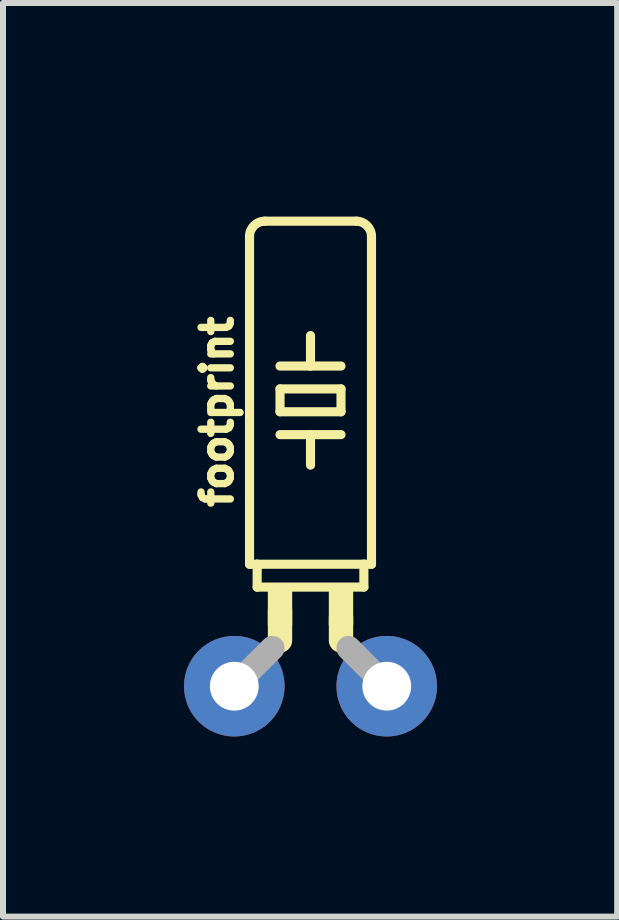
<source format=kicad_pcb>
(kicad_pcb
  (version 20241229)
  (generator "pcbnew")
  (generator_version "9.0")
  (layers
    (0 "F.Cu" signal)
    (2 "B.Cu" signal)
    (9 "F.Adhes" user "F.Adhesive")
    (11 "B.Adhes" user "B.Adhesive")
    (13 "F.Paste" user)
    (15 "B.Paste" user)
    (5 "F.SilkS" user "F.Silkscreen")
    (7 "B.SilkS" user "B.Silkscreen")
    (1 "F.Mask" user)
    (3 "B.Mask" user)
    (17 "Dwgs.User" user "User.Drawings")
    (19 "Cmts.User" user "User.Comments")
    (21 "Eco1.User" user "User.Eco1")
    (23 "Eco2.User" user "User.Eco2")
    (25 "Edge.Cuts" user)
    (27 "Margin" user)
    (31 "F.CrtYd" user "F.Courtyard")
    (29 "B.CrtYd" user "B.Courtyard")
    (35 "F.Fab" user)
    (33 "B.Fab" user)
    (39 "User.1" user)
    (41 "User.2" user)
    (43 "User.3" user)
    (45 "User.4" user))
  (footprint "footprint"
    (layer "F.Cu")
    (at 2.123 8.382)
    (property "Reference" "footprint" (at -1.27 -4.572 90) (layer "F.SilkS") (effects (font (size 0.488 0.488) (thickness 0.122)) (justify bottom)))
    (fp_line (start -1.016 -2.032) (end -1.016 -7.493) (stroke (width 0.152) (type solid)) (layer "F.SilkS"))
    (fp_line (start -1.016 -2.032) (end -0.889 -2.032) (stroke (width 0.152) (type solid)) (layer "F.SilkS"))
    (fp_line (start -0.889 -1.651) (end -0.889 -2.032) (stroke (width 0.152) (type solid)) (layer "F.SilkS"))
    (fp_line (start -0.889 -1.651) (end 0.889 -1.651) (stroke (width 0.152) (type solid)) (layer "F.SilkS"))
    (fp_line (start -0.762 -7.747) (end 0.762 -7.747) (stroke (width 0.152) (type solid)) (layer "F.SilkS"))
    (fp_line (start -0.508 -5.334) (end 0 -5.334) (stroke (width 0.152) (type solid)) (layer "F.SilkS"))
    (fp_line (start -0.508 -4.953) (end -0.508 -4.572) (stroke (width 0.152) (type solid)) (layer "F.SilkS"))
    (fp_line (start -0.508 -4.953) (end 0.508 -4.953) (stroke (width 0.152) (type solid)) (layer "F.SilkS"))
    (fp_line (start -0.508 -4.191) (end 0 -4.191) (stroke (width 0.152) (type solid)) (layer "F.SilkS"))
    (fp_line (start -0.508 -0.762) (end -0.508 -1.27) (stroke (width 0.406) (type solid)) (layer "F.SilkS"))
    (fp_line (start 0 -5.334) (end 0 -5.842) (stroke (width 0.152) (type solid)) (layer "F.SilkS"))
    (fp_line (start 0 -5.334) (end 0.508 -5.334) (stroke (width 0.152) (type solid)) (layer "F.SilkS"))
    (fp_line (start 0 -4.191) (end 0 -3.683) (stroke (width 0.152) (type solid)) (layer "F.SilkS"))
    (fp_line (start 0 -4.191) (end 0.508 -4.191) (stroke (width 0.152) (type solid)) (layer "F.SilkS"))
    (fp_line (start 0.508 -4.572) (end -0.508 -4.572) (stroke (width 0.152) (type solid)) (layer "F.SilkS"))
    (fp_line (start 0.508 -4.572) (end 0.508 -4.953) (stroke (width 0.152) (type solid)) (layer "F.SilkS"))
    (fp_line (start 0.508 -0.762) (end 0.508 -1.143) (stroke (width 0.406) (type solid)) (layer "F.SilkS"))
    (fp_line (start 0.889 -2.032) (end -0.889 -2.032) (stroke (width 0.152) (type solid)) (layer "F.SilkS"))
    (fp_line (start 0.889 -1.651) (end 0.889 -2.032) (stroke (width 0.152) (type solid)) (layer "F.SilkS"))
    (fp_line (start 1.016 -2.032) (end 0.889 -2.032) (stroke (width 0.152) (type solid)) (layer "F.SilkS"))
    (fp_line (start 1.016 -2.032) (end 1.016 -7.493) (stroke (width 0.152) (type solid)) (layer "F.SilkS"))
    (fp_arc (start -1.016 -7.493) (mid -0.941605 -7.672605) (end -0.762 -7.747) (stroke (width 0.1524) (type solid)) (layer "F.SilkS"))
    (fp_arc (start 0.762 -7.747) (mid 0.941605 -7.672605) (end 1.016 -7.493) (stroke (width 0.1524) (type solid)) (layer "F.SilkS"))
    (fp_poly (pts (xy -0.711 -1.016) (xy -0.305 -1.016) (xy -0.305 -1.6) (xy -0.711 -1.6)) (stroke (width 0) (type solid)) (fill yes) (layer "F.SilkS"))
    (fp_poly (pts (xy 0.305 -1.016) (xy 0.711 -1.016) (xy 0.711 -1.6) (xy 0.305 -1.6)) (stroke (width 0) (type solid)) (fill yes) (layer "F.SilkS"))
    (fp_line (start -0.635 -0.635) (end -1.27 0) (stroke (width 0.406) (type solid)) (layer "F.Fab"))
    (fp_line (start 0.635 -0.635) (end 1.27 0) (stroke (width 0.406) (type solid)) (layer "F.Fab"))
    (pad "1" thru_hole circle (at -1.27 0) (size 1.676 1.676) (drill 0.813) (layers "*.Cu" "*.Mask"))
    (pad "2" thru_hole circle (at 1.27 0) (size 1.676 1.676) (drill 0.813) (layers "*.Cu" "*.Mask"))
    (zone (net_name "") (layers "F.Cu" "B.Cu") (hatch edge 0.508) (connect_pads) (min_thickness 0.254) (filled_areas_thickness no) (keepout (tracks allowed) (vias not_allowed) (pads allowed) (copperpour allowed) (footprints allowed)) (placement (enabled no)) (fill) (polygon (pts (xy 0.345 7.62) (xy 3.901 7.62) (xy 3.901 0) (xy 0.345 0)))))
  (gr_rect
    (start -3 -3)
    (end 7.232 12.22)
    (stroke (width 0.1) (type default))
    (fill no)
    (layer "Edge.Cuts")))
</source>
